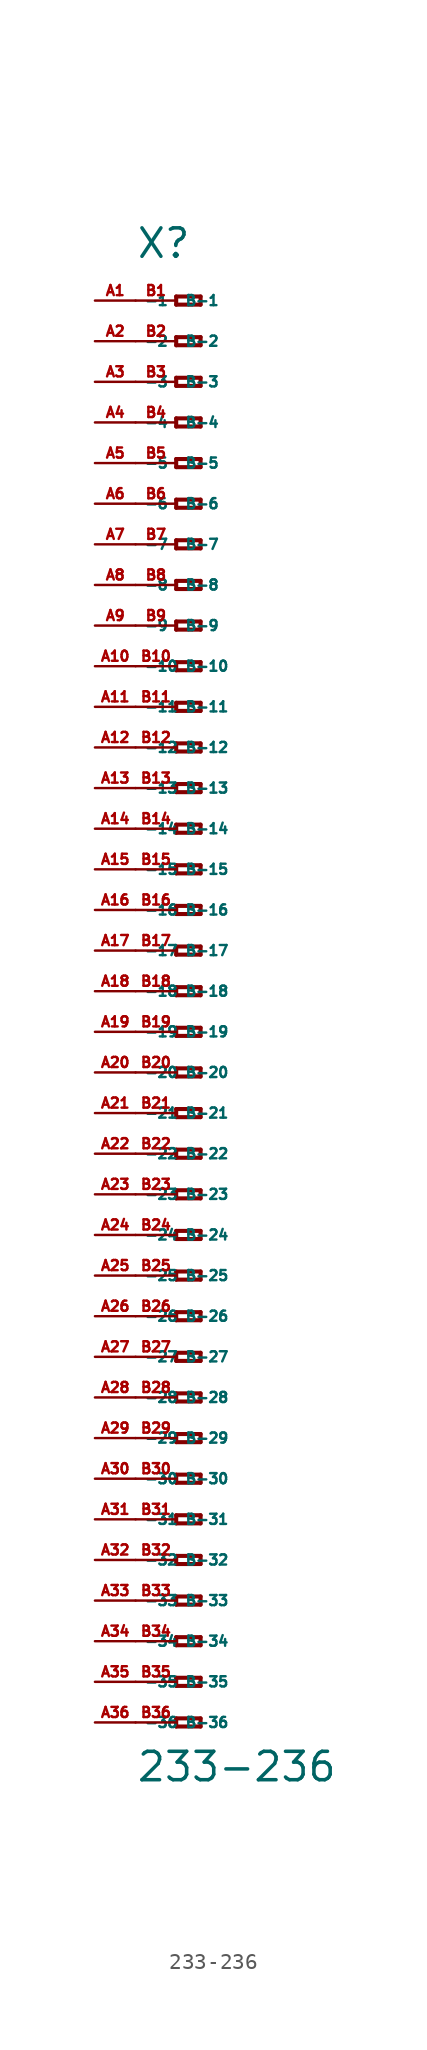
<source format=kicad_sym>
(kicad_symbol_lib
  (version 20220914)
  (generator Eagle2Kicad)
  (symbol "233-236"
    (property "Reference" "X"
      (at -5.08 45.72 0)
      (effects (font (size 1.778 1.778) (thickness 0.22)) (justify left bottom)))
    (property "Value" "233-236"
      (at -5.08 -49.53 0)
      (effects (font (size 1.778 1.778) (thickness 0.22)) (justify left bottom)))
    (polyline
      (pts (xy -2.54 43.434) (xy -2.54 42.926))
      (stroke (width 0.254) (type default))
      (fill (type none)))
    (polyline
      (pts (xy -2.54 42.926) (xy -1.016 42.926))
      (stroke (width 0.254) (type default))
      (fill (type none)))
    (polyline
      (pts (xy -1.016 42.926) (xy -1.016 43.434))
      (stroke (width 0.254) (type default))
      (fill (type none)))
    (polyline
      (pts (xy -1.016 43.434) (xy -2.54 43.434))
      (stroke (width 0.254) (type default))
      (fill (type none)))
    (polyline
      (pts (xy -2.54 40.894) (xy -2.54 40.386))
      (stroke (width 0.254) (type default))
      (fill (type none)))
    (polyline
      (pts (xy -2.54 40.386) (xy -1.016 40.386))
      (stroke (width 0.254) (type default))
      (fill (type none)))
    (polyline
      (pts (xy -1.016 40.386) (xy -1.016 40.894))
      (stroke (width 0.254) (type default))
      (fill (type none)))
    (polyline
      (pts (xy -1.016 40.894) (xy -2.54 40.894))
      (stroke (width 0.254) (type default))
      (fill (type none)))
    (polyline
      (pts (xy -2.54 38.354) (xy -2.54 37.846))
      (stroke (width 0.254) (type default))
      (fill (type none)))
    (polyline
      (pts (xy -2.54 37.846) (xy -1.016 37.846))
      (stroke (width 0.254) (type default))
      (fill (type none)))
    (polyline
      (pts (xy -1.016 37.846) (xy -1.016 38.354))
      (stroke (width 0.254) (type default))
      (fill (type none)))
    (polyline
      (pts (xy -1.016 38.354) (xy -2.54 38.354))
      (stroke (width 0.254) (type default))
      (fill (type none)))
    (polyline
      (pts (xy -2.54 35.814) (xy -2.54 35.306))
      (stroke (width 0.254) (type default))
      (fill (type none)))
    (polyline
      (pts (xy -2.54 35.306) (xy -1.016 35.306))
      (stroke (width 0.254) (type default))
      (fill (type none)))
    (polyline
      (pts (xy -1.016 35.306) (xy -1.016 35.814))
      (stroke (width 0.254) (type default))
      (fill (type none)))
    (polyline
      (pts (xy -1.016 35.814) (xy -2.54 35.814))
      (stroke (width 0.254) (type default))
      (fill (type none)))
    (polyline
      (pts (xy -2.54 33.274) (xy -2.54 32.766))
      (stroke (width 0.254) (type default))
      (fill (type none)))
    (polyline
      (pts (xy -2.54 32.766) (xy -1.016 32.766))
      (stroke (width 0.254) (type default))
      (fill (type none)))
    (polyline
      (pts (xy -1.016 32.766) (xy -1.016 33.274))
      (stroke (width 0.254) (type default))
      (fill (type none)))
    (polyline
      (pts (xy -1.016 33.274) (xy -2.54 33.274))
      (stroke (width 0.254) (type default))
      (fill (type none)))
    (polyline
      (pts (xy -2.54 30.734) (xy -2.54 30.226))
      (stroke (width 0.254) (type default))
      (fill (type none)))
    (polyline
      (pts (xy -2.54 30.226) (xy -1.016 30.226))
      (stroke (width 0.254) (type default))
      (fill (type none)))
    (polyline
      (pts (xy -1.016 30.226) (xy -1.016 30.734))
      (stroke (width 0.254) (type default))
      (fill (type none)))
    (polyline
      (pts (xy -1.016 30.734) (xy -2.54 30.734))
      (stroke (width 0.254) (type default))
      (fill (type none)))
    (polyline
      (pts (xy -2.54 28.194) (xy -2.54 27.686))
      (stroke (width 0.254) (type default))
      (fill (type none)))
    (polyline
      (pts (xy -2.54 27.686) (xy -1.016 27.686))
      (stroke (width 0.254) (type default))
      (fill (type none)))
    (polyline
      (pts (xy -1.016 27.686) (xy -1.016 28.194))
      (stroke (width 0.254) (type default))
      (fill (type none)))
    (polyline
      (pts (xy -1.016 28.194) (xy -2.54 28.194))
      (stroke (width 0.254) (type default))
      (fill (type none)))
    (polyline
      (pts (xy -2.54 25.654) (xy -2.54 25.146))
      (stroke (width 0.254) (type default))
      (fill (type none)))
    (polyline
      (pts (xy -2.54 25.146) (xy -1.016 25.146))
      (stroke (width 0.254) (type default))
      (fill (type none)))
    (polyline
      (pts (xy -1.016 25.146) (xy -1.016 25.654))
      (stroke (width 0.254) (type default))
      (fill (type none)))
    (polyline
      (pts (xy -1.016 25.654) (xy -2.54 25.654))
      (stroke (width 0.254) (type default))
      (fill (type none)))
    (polyline
      (pts (xy -2.54 23.114) (xy -2.54 22.606))
      (stroke (width 0.254) (type default))
      (fill (type none)))
    (polyline
      (pts (xy -2.54 22.606) (xy -1.016 22.606))
      (stroke (width 0.254) (type default))
      (fill (type none)))
    (polyline
      (pts (xy -1.016 22.606) (xy -1.016 23.114))
      (stroke (width 0.254) (type default))
      (fill (type none)))
    (polyline
      (pts (xy -1.016 23.114) (xy -2.54 23.114))
      (stroke (width 0.254) (type default))
      (fill (type none)))
    (polyline
      (pts (xy -2.54 20.574) (xy -2.54 20.066))
      (stroke (width 0.254) (type default))
      (fill (type none)))
    (polyline
      (pts (xy -2.54 20.066) (xy -1.016 20.066))
      (stroke (width 0.254) (type default))
      (fill (type none)))
    (polyline
      (pts (xy -1.016 20.066) (xy -1.016 20.574))
      (stroke (width 0.254) (type default))
      (fill (type none)))
    (polyline
      (pts (xy -1.016 20.574) (xy -2.54 20.574))
      (stroke (width 0.254) (type default))
      (fill (type none)))
    (polyline
      (pts (xy -2.54 18.034) (xy -2.54 17.526))
      (stroke (width 0.254) (type default))
      (fill (type none)))
    (polyline
      (pts (xy -2.54 17.526) (xy -1.016 17.526))
      (stroke (width 0.254) (type default))
      (fill (type none)))
    (polyline
      (pts (xy -1.016 17.526) (xy -1.016 18.034))
      (stroke (width 0.254) (type default))
      (fill (type none)))
    (polyline
      (pts (xy -1.016 18.034) (xy -2.54 18.034))
      (stroke (width 0.254) (type default))
      (fill (type none)))
    (polyline
      (pts (xy -2.54 15.494) (xy -2.54 14.986))
      (stroke (width 0.254) (type default))
      (fill (type none)))
    (polyline
      (pts (xy -2.54 14.986) (xy -1.016 14.986))
      (stroke (width 0.254) (type default))
      (fill (type none)))
    (polyline
      (pts (xy -1.016 14.986) (xy -1.016 15.494))
      (stroke (width 0.254) (type default))
      (fill (type none)))
    (polyline
      (pts (xy -1.016 15.494) (xy -2.54 15.494))
      (stroke (width 0.254) (type default))
      (fill (type none)))
    (polyline
      (pts (xy -2.54 12.954) (xy -2.54 12.446))
      (stroke (width 0.254) (type default))
      (fill (type none)))
    (polyline
      (pts (xy -2.54 12.446) (xy -1.016 12.446))
      (stroke (width 0.254) (type default))
      (fill (type none)))
    (polyline
      (pts (xy -1.016 12.446) (xy -1.016 12.954))
      (stroke (width 0.254) (type default))
      (fill (type none)))
    (polyline
      (pts (xy -1.016 12.954) (xy -2.54 12.954))
      (stroke (width 0.254) (type default))
      (fill (type none)))
    (polyline
      (pts (xy -2.54 10.414) (xy -2.54 9.906))
      (stroke (width 0.254) (type default))
      (fill (type none)))
    (polyline
      (pts (xy -2.54 9.906) (xy -1.016 9.906))
      (stroke (width 0.254) (type default))
      (fill (type none)))
    (polyline
      (pts (xy -1.016 9.906) (xy -1.016 10.414))
      (stroke (width 0.254) (type default))
      (fill (type none)))
    (polyline
      (pts (xy -1.016 10.414) (xy -2.54 10.414))
      (stroke (width 0.254) (type default))
      (fill (type none)))
    (polyline
      (pts (xy -2.54 7.874) (xy -2.54 7.366))
      (stroke (width 0.254) (type default))
      (fill (type none)))
    (polyline
      (pts (xy -2.54 7.366) (xy -1.016 7.366))
      (stroke (width 0.254) (type default))
      (fill (type none)))
    (polyline
      (pts (xy -1.016 7.366) (xy -1.016 7.874))
      (stroke (width 0.254) (type default))
      (fill (type none)))
    (polyline
      (pts (xy -1.016 7.874) (xy -2.54 7.874))
      (stroke (width 0.254) (type default))
      (fill (type none)))
    (polyline
      (pts (xy -2.54 5.334) (xy -2.54 4.826))
      (stroke (width 0.254) (type default))
      (fill (type none)))
    (polyline
      (pts (xy -2.54 4.826) (xy -1.016 4.826))
      (stroke (width 0.254) (type default))
      (fill (type none)))
    (polyline
      (pts (xy -1.016 4.826) (xy -1.016 5.334))
      (stroke (width 0.254) (type default))
      (fill (type none)))
    (polyline
      (pts (xy -1.016 5.334) (xy -2.54 5.334))
      (stroke (width 0.254) (type default))
      (fill (type none)))
    (polyline
      (pts (xy -2.54 2.794) (xy -2.54 2.286))
      (stroke (width 0.254) (type default))
      (fill (type none)))
    (polyline
      (pts (xy -2.54 2.286) (xy -1.016 2.286))
      (stroke (width 0.254) (type default))
      (fill (type none)))
    (polyline
      (pts (xy -1.016 2.286) (xy -1.016 2.794))
      (stroke (width 0.254) (type default))
      (fill (type none)))
    (polyline
      (pts (xy -1.016 2.794) (xy -2.54 2.794))
      (stroke (width 0.254) (type default))
      (fill (type none)))
    (polyline
      (pts (xy -2.54 0.254) (xy -2.54 -0.254))
      (stroke (width 0.254) (type default))
      (fill (type none)))
    (polyline
      (pts (xy -2.54 -0.254) (xy -1.016 -0.254))
      (stroke (width 0.254) (type default))
      (fill (type none)))
    (polyline
      (pts (xy -1.016 -0.254) (xy -1.016 0.254))
      (stroke (width 0.254) (type default))
      (fill (type none)))
    (polyline
      (pts (xy -1.016 0.254) (xy -2.54 0.254))
      (stroke (width 0.254) (type default))
      (fill (type none)))
    (polyline
      (pts (xy -2.54 -2.286) (xy -2.54 -2.794))
      (stroke (width 0.254) (type default))
      (fill (type none)))
    (polyline
      (pts (xy -2.54 -2.794) (xy -1.016 -2.794))
      (stroke (width 0.254) (type default))
      (fill (type none)))
    (polyline
      (pts (xy -1.016 -2.794) (xy -1.016 -2.286))
      (stroke (width 0.254) (type default))
      (fill (type none)))
    (polyline
      (pts (xy -1.016 -2.286) (xy -2.54 -2.286))
      (stroke (width 0.254) (type default))
      (fill (type none)))
    (polyline
      (pts (xy -2.54 -4.826) (xy -2.54 -5.334))
      (stroke (width 0.254) (type default))
      (fill (type none)))
    (polyline
      (pts (xy -2.54 -5.334) (xy -1.016 -5.334))
      (stroke (width 0.254) (type default))
      (fill (type none)))
    (polyline
      (pts (xy -1.016 -5.334) (xy -1.016 -4.826))
      (stroke (width 0.254) (type default))
      (fill (type none)))
    (polyline
      (pts (xy -1.016 -4.826) (xy -2.54 -4.826))
      (stroke (width 0.254) (type default))
      (fill (type none)))
    (polyline
      (pts (xy -2.54 -7.366) (xy -2.54 -7.874))
      (stroke (width 0.254) (type default))
      (fill (type none)))
    (polyline
      (pts (xy -2.54 -7.874) (xy -1.016 -7.874))
      (stroke (width 0.254) (type default))
      (fill (type none)))
    (polyline
      (pts (xy -1.016 -7.874) (xy -1.016 -7.366))
      (stroke (width 0.254) (type default))
      (fill (type none)))
    (polyline
      (pts (xy -1.016 -7.366) (xy -2.54 -7.366))
      (stroke (width 0.254) (type default))
      (fill (type none)))
    (polyline
      (pts (xy -2.54 -9.906) (xy -2.54 -10.414))
      (stroke (width 0.254) (type default))
      (fill (type none)))
    (polyline
      (pts (xy -2.54 -10.414) (xy -1.016 -10.414))
      (stroke (width 0.254) (type default))
      (fill (type none)))
    (polyline
      (pts (xy -1.016 -10.414) (xy -1.016 -9.906))
      (stroke (width 0.254) (type default))
      (fill (type none)))
    (polyline
      (pts (xy -1.016 -9.906) (xy -2.54 -9.906))
      (stroke (width 0.254) (type default))
      (fill (type none)))
    (polyline
      (pts (xy -2.54 -12.446) (xy -2.54 -12.954))
      (stroke (width 0.254) (type default))
      (fill (type none)))
    (polyline
      (pts (xy -2.54 -12.954) (xy -1.016 -12.954))
      (stroke (width 0.254) (type default))
      (fill (type none)))
    (polyline
      (pts (xy -1.016 -12.954) (xy -1.016 -12.446))
      (stroke (width 0.254) (type default))
      (fill (type none)))
    (polyline
      (pts (xy -1.016 -12.446) (xy -2.54 -12.446))
      (stroke (width 0.254) (type default))
      (fill (type none)))
    (polyline
      (pts (xy -2.54 -14.986) (xy -2.54 -15.494))
      (stroke (width 0.254) (type default))
      (fill (type none)))
    (polyline
      (pts (xy -2.54 -15.494) (xy -1.016 -15.494))
      (stroke (width 0.254) (type default))
      (fill (type none)))
    (polyline
      (pts (xy -1.016 -15.494) (xy -1.016 -14.986))
      (stroke (width 0.254) (type default))
      (fill (type none)))
    (polyline
      (pts (xy -1.016 -14.986) (xy -2.54 -14.986))
      (stroke (width 0.254) (type default))
      (fill (type none)))
    (polyline
      (pts (xy -2.54 -17.526) (xy -2.54 -18.034))
      (stroke (width 0.254) (type default))
      (fill (type none)))
    (polyline
      (pts (xy -2.54 -18.034) (xy -1.016 -18.034))
      (stroke (width 0.254) (type default))
      (fill (type none)))
    (polyline
      (pts (xy -1.016 -18.034) (xy -1.016 -17.526))
      (stroke (width 0.254) (type default))
      (fill (type none)))
    (polyline
      (pts (xy -1.016 -17.526) (xy -2.54 -17.526))
      (stroke (width 0.254) (type default))
      (fill (type none)))
    (polyline
      (pts (xy -2.54 -20.066) (xy -2.54 -20.574))
      (stroke (width 0.254) (type default))
      (fill (type none)))
    (polyline
      (pts (xy -2.54 -20.574) (xy -1.016 -20.574))
      (stroke (width 0.254) (type default))
      (fill (type none)))
    (polyline
      (pts (xy -1.016 -20.574) (xy -1.016 -20.066))
      (stroke (width 0.254) (type default))
      (fill (type none)))
    (polyline
      (pts (xy -1.016 -20.066) (xy -2.54 -20.066))
      (stroke (width 0.254) (type default))
      (fill (type none)))
    (polyline
      (pts (xy -2.54 -22.606) (xy -2.54 -23.114))
      (stroke (width 0.254) (type default))
      (fill (type none)))
    (polyline
      (pts (xy -2.54 -23.114) (xy -1.016 -23.114))
      (stroke (width 0.254) (type default))
      (fill (type none)))
    (polyline
      (pts (xy -1.016 -23.114) (xy -1.016 -22.606))
      (stroke (width 0.254) (type default))
      (fill (type none)))
    (polyline
      (pts (xy -1.016 -22.606) (xy -2.54 -22.606))
      (stroke (width 0.254) (type default))
      (fill (type none)))
    (polyline
      (pts (xy -2.54 -25.146) (xy -2.54 -25.654))
      (stroke (width 0.254) (type default))
      (fill (type none)))
    (polyline
      (pts (xy -2.54 -25.654) (xy -1.016 -25.654))
      (stroke (width 0.254) (type default))
      (fill (type none)))
    (polyline
      (pts (xy -1.016 -25.654) (xy -1.016 -25.146))
      (stroke (width 0.254) (type default))
      (fill (type none)))
    (polyline
      (pts (xy -1.016 -25.146) (xy -2.54 -25.146))
      (stroke (width 0.254) (type default))
      (fill (type none)))
    (polyline
      (pts (xy -2.54 -27.686) (xy -2.54 -28.194))
      (stroke (width 0.254) (type default))
      (fill (type none)))
    (polyline
      (pts (xy -2.54 -28.194) (xy -1.016 -28.194))
      (stroke (width 0.254) (type default))
      (fill (type none)))
    (polyline
      (pts (xy -1.016 -28.194) (xy -1.016 -27.686))
      (stroke (width 0.254) (type default))
      (fill (type none)))
    (polyline
      (pts (xy -1.016 -27.686) (xy -2.54 -27.686))
      (stroke (width 0.254) (type default))
      (fill (type none)))
    (polyline
      (pts (xy -2.54 -30.226) (xy -2.54 -30.734))
      (stroke (width 0.254) (type default))
      (fill (type none)))
    (polyline
      (pts (xy -2.54 -30.734) (xy -1.016 -30.734))
      (stroke (width 0.254) (type default))
      (fill (type none)))
    (polyline
      (pts (xy -1.016 -30.734) (xy -1.016 -30.226))
      (stroke (width 0.254) (type default))
      (fill (type none)))
    (polyline
      (pts (xy -1.016 -30.226) (xy -2.54 -30.226))
      (stroke (width 0.254) (type default))
      (fill (type none)))
    (polyline
      (pts (xy -2.54 -32.766) (xy -2.54 -33.274))
      (stroke (width 0.254) (type default))
      (fill (type none)))
    (polyline
      (pts (xy -2.54 -33.274) (xy -1.016 -33.274))
      (stroke (width 0.254) (type default))
      (fill (type none)))
    (polyline
      (pts (xy -1.016 -33.274) (xy -1.016 -32.766))
      (stroke (width 0.254) (type default))
      (fill (type none)))
    (polyline
      (pts (xy -1.016 -32.766) (xy -2.54 -32.766))
      (stroke (width 0.254) (type default))
      (fill (type none)))
    (polyline
      (pts (xy -2.54 -35.306) (xy -2.54 -35.814))
      (stroke (width 0.254) (type default))
      (fill (type none)))
    (polyline
      (pts (xy -2.54 -35.814) (xy -1.016 -35.814))
      (stroke (width 0.254) (type default))
      (fill (type none)))
    (polyline
      (pts (xy -1.016 -35.814) (xy -1.016 -35.306))
      (stroke (width 0.254) (type default))
      (fill (type none)))
    (polyline
      (pts (xy -1.016 -35.306) (xy -2.54 -35.306))
      (stroke (width 0.254) (type default))
      (fill (type none)))
    (polyline
      (pts (xy -2.54 -37.846) (xy -2.54 -38.354))
      (stroke (width 0.254) (type default))
      (fill (type none)))
    (polyline
      (pts (xy -2.54 -38.354) (xy -1.016 -38.354))
      (stroke (width 0.254) (type default))
      (fill (type none)))
    (polyline
      (pts (xy -1.016 -38.354) (xy -1.016 -37.846))
      (stroke (width 0.254) (type default))
      (fill (type none)))
    (polyline
      (pts (xy -1.016 -37.846) (xy -2.54 -37.846))
      (stroke (width 0.254) (type default))
      (fill (type none)))
    (polyline
      (pts (xy -2.54 -40.386) (xy -2.54 -40.894))
      (stroke (width 0.254) (type default))
      (fill (type none)))
    (polyline
      (pts (xy -2.54 -40.894) (xy -1.016 -40.894))
      (stroke (width 0.254) (type default))
      (fill (type none)))
    (polyline
      (pts (xy -1.016 -40.894) (xy -1.016 -40.386))
      (stroke (width 0.254) (type default))
      (fill (type none)))
    (polyline
      (pts (xy -1.016 -40.386) (xy -2.54 -40.386))
      (stroke (width 0.254) (type default))
      (fill (type none)))
    (polyline
      (pts (xy -2.54 -42.926) (xy -2.54 -43.434))
      (stroke (width 0.254) (type default))
      (fill (type none)))
    (polyline
      (pts (xy -2.54 -43.434) (xy -1.016 -43.434))
      (stroke (width 0.254) (type default))
      (fill (type none)))
    (polyline
      (pts (xy -1.016 -43.434) (xy -1.016 -42.926))
      (stroke (width 0.254) (type default))
      (fill (type none)))
    (polyline
      (pts (xy -1.016 -42.926) (xy -2.54 -42.926))
      (stroke (width 0.254) (type default))
      (fill (type none)))
    (polyline
      (pts (xy -2.54 -45.466) (xy -2.54 -45.974))
      (stroke (width 0.254) (type default))
      (fill (type none)))
    (polyline
      (pts (xy -2.54 -45.974) (xy -1.016 -45.974))
      (stroke (width 0.254) (type default))
      (fill (type none)))
    (polyline
      (pts (xy -1.016 -45.974) (xy -1.016 -45.466))
      (stroke (width 0.254) (type default))
      (fill (type none)))
    (polyline
      (pts (xy -1.016 -45.466) (xy -2.54 -45.466))
      (stroke (width 0.254) (type default))
      (fill (type none)))
    (pin passive line
      (at -7.62 43.18 0)
      (length 2.54)
      (name "-1" (effects (font (size 0.635 0.635) (thickness 0.08)) (justify left bottom)))
      (number "A1" (effects (font (size 0.635 0.635) (thickness 0.08)) (justify left bottom))))
    (pin passive line
      (at -7.62 40.64 0)
      (length 2.54)
      (name "-2" (effects (font (size 0.635 0.635) (thickness 0.08)) (justify left bottom)))
      (number "A2" (effects (font (size 0.635 0.635) (thickness 0.08)) (justify left bottom))))
    (pin passive line
      (at -7.62 38.1 0)
      (length 2.54)
      (name "-3" (effects (font (size 0.635 0.635) (thickness 0.08)) (justify left bottom)))
      (number "A3" (effects (font (size 0.635 0.635) (thickness 0.08)) (justify left bottom))))
    (pin passive line
      (at -7.62 35.56 0)
      (length 2.54)
      (name "-4" (effects (font (size 0.635 0.635) (thickness 0.08)) (justify left bottom)))
      (number "A4" (effects (font (size 0.635 0.635) (thickness 0.08)) (justify left bottom))))
    (pin passive line
      (at -7.62 33.02 0)
      (length 2.54)
      (name "-5" (effects (font (size 0.635 0.635) (thickness 0.08)) (justify left bottom)))
      (number "A5" (effects (font (size 0.635 0.635) (thickness 0.08)) (justify left bottom))))
    (pin passive line
      (at -7.62 30.48 0)
      (length 2.54)
      (name "-6" (effects (font (size 0.635 0.635) (thickness 0.08)) (justify left bottom)))
      (number "A6" (effects (font (size 0.635 0.635) (thickness 0.08)) (justify left bottom))))
    (pin passive line
      (at -7.62 27.94 0)
      (length 2.54)
      (name "-7" (effects (font (size 0.635 0.635) (thickness 0.08)) (justify left bottom)))
      (number "A7" (effects (font (size 0.635 0.635) (thickness 0.08)) (justify left bottom))))
    (pin passive line
      (at -7.62 25.4 0)
      (length 2.54)
      (name "-8" (effects (font (size 0.635 0.635) (thickness 0.08)) (justify left bottom)))
      (number "A8" (effects (font (size 0.635 0.635) (thickness 0.08)) (justify left bottom))))
    (pin passive line
      (at -7.62 22.86 0)
      (length 2.54)
      (name "-9" (effects (font (size 0.635 0.635) (thickness 0.08)) (justify left bottom)))
      (number "A9" (effects (font (size 0.635 0.635) (thickness 0.08)) (justify left bottom))))
    (pin passive line
      (at -7.62 20.32 0)
      (length 2.54)
      (name "-10" (effects (font (size 0.635 0.635) (thickness 0.08)) (justify left bottom)))
      (number "A10" (effects (font (size 0.635 0.635) (thickness 0.08)) (justify left bottom))))
    (pin passive line
      (at -7.62 17.78 0)
      (length 2.54)
      (name "-11" (effects (font (size 0.635 0.635) (thickness 0.08)) (justify left bottom)))
      (number "A11" (effects (font (size 0.635 0.635) (thickness 0.08)) (justify left bottom))))
    (pin passive line
      (at -7.62 15.24 0)
      (length 2.54)
      (name "-12" (effects (font (size 0.635 0.635) (thickness 0.08)) (justify left bottom)))
      (number "A12" (effects (font (size 0.635 0.635) (thickness 0.08)) (justify left bottom))))
    (pin passive line
      (at -7.62 12.7 0)
      (length 2.54)
      (name "-13" (effects (font (size 0.635 0.635) (thickness 0.08)) (justify left bottom)))
      (number "A13" (effects (font (size 0.635 0.635) (thickness 0.08)) (justify left bottom))))
    (pin passive line
      (at -7.62 10.16 0)
      (length 2.54)
      (name "-14" (effects (font (size 0.635 0.635) (thickness 0.08)) (justify left bottom)))
      (number "A14" (effects (font (size 0.635 0.635) (thickness 0.08)) (justify left bottom))))
    (pin passive line
      (at -7.62 7.62 0)
      (length 2.54)
      (name "-15" (effects (font (size 0.635 0.635) (thickness 0.08)) (justify left bottom)))
      (number "A15" (effects (font (size 0.635 0.635) (thickness 0.08)) (justify left bottom))))
    (pin passive line
      (at -7.62 5.08 0)
      (length 2.54)
      (name "-16" (effects (font (size 0.635 0.635) (thickness 0.08)) (justify left bottom)))
      (number "A16" (effects (font (size 0.635 0.635) (thickness 0.08)) (justify left bottom))))
    (pin passive line
      (at -7.62 2.54 0)
      (length 2.54)
      (name "-17" (effects (font (size 0.635 0.635) (thickness 0.08)) (justify left bottom)))
      (number "A17" (effects (font (size 0.635 0.635) (thickness 0.08)) (justify left bottom))))
    (pin passive line
      (at -7.62 0 0)
      (length 2.54)
      (name "-18" (effects (font (size 0.635 0.635) (thickness 0.08)) (justify left bottom)))
      (number "A18" (effects (font (size 0.635 0.635) (thickness 0.08)) (justify left bottom))))
    (pin passive line
      (at -7.62 -2.54 0)
      (length 2.54)
      (name "-19" (effects (font (size 0.635 0.635) (thickness 0.08)) (justify left bottom)))
      (number "A19" (effects (font (size 0.635 0.635) (thickness 0.08)) (justify left bottom))))
    (pin passive line
      (at -7.62 -5.08 0)
      (length 2.54)
      (name "-20" (effects (font (size 0.635 0.635) (thickness 0.08)) (justify left bottom)))
      (number "A20" (effects (font (size 0.635 0.635) (thickness 0.08)) (justify left bottom))))
    (pin passive line
      (at -7.62 -7.62 0)
      (length 2.54)
      (name "-21" (effects (font (size 0.635 0.635) (thickness 0.08)) (justify left bottom)))
      (number "A21" (effects (font (size 0.635 0.635) (thickness 0.08)) (justify left bottom))))
    (pin passive line
      (at -7.62 -10.16 0)
      (length 2.54)
      (name "-22" (effects (font (size 0.635 0.635) (thickness 0.08)) (justify left bottom)))
      (number "A22" (effects (font (size 0.635 0.635) (thickness 0.08)) (justify left bottom))))
    (pin passive line
      (at -7.62 -12.7 0)
      (length 2.54)
      (name "-23" (effects (font (size 0.635 0.635) (thickness 0.08)) (justify left bottom)))
      (number "A23" (effects (font (size 0.635 0.635) (thickness 0.08)) (justify left bottom))))
    (pin passive line
      (at -7.62 -15.24 0)
      (length 2.54)
      (name "-24" (effects (font (size 0.635 0.635) (thickness 0.08)) (justify left bottom)))
      (number "A24" (effects (font (size 0.635 0.635) (thickness 0.08)) (justify left bottom))))
    (pin passive line
      (at -7.62 -17.78 0)
      (length 2.54)
      (name "-25" (effects (font (size 0.635 0.635) (thickness 0.08)) (justify left bottom)))
      (number "A25" (effects (font (size 0.635 0.635) (thickness 0.08)) (justify left bottom))))
    (pin passive line
      (at -7.62 -20.32 0)
      (length 2.54)
      (name "-26" (effects (font (size 0.635 0.635) (thickness 0.08)) (justify left bottom)))
      (number "A26" (effects (font (size 0.635 0.635) (thickness 0.08)) (justify left bottom))))
    (pin passive line
      (at -7.62 -22.86 0)
      (length 2.54)
      (name "-27" (effects (font (size 0.635 0.635) (thickness 0.08)) (justify left bottom)))
      (number "A27" (effects (font (size 0.635 0.635) (thickness 0.08)) (justify left bottom))))
    (pin passive line
      (at -7.62 -25.4 0)
      (length 2.54)
      (name "-28" (effects (font (size 0.635 0.635) (thickness 0.08)) (justify left bottom)))
      (number "A28" (effects (font (size 0.635 0.635) (thickness 0.08)) (justify left bottom))))
    (pin passive line
      (at -7.62 -27.94 0)
      (length 2.54)
      (name "-29" (effects (font (size 0.635 0.635) (thickness 0.08)) (justify left bottom)))
      (number "A29" (effects (font (size 0.635 0.635) (thickness 0.08)) (justify left bottom))))
    (pin passive line
      (at -7.62 -30.48 0)
      (length 2.54)
      (name "-30" (effects (font (size 0.635 0.635) (thickness 0.08)) (justify left bottom)))
      (number "A30" (effects (font (size 0.635 0.635) (thickness 0.08)) (justify left bottom))))
    (pin passive line
      (at -7.62 -33.02 0)
      (length 2.54)
      (name "-31" (effects (font (size 0.635 0.635) (thickness 0.08)) (justify left bottom)))
      (number "A31" (effects (font (size 0.635 0.635) (thickness 0.08)) (justify left bottom))))
    (pin passive line
      (at -7.62 -35.56 0)
      (length 2.54)
      (name "-32" (effects (font (size 0.635 0.635) (thickness 0.08)) (justify left bottom)))
      (number "A32" (effects (font (size 0.635 0.635) (thickness 0.08)) (justify left bottom))))
    (pin passive line
      (at -7.62 -38.1 0)
      (length 2.54)
      (name "-33" (effects (font (size 0.635 0.635) (thickness 0.08)) (justify left bottom)))
      (number "A33" (effects (font (size 0.635 0.635) (thickness 0.08)) (justify left bottom))))
    (pin passive line
      (at -7.62 -40.64 0)
      (length 2.54)
      (name "-34" (effects (font (size 0.635 0.635) (thickness 0.08)) (justify left bottom)))
      (number "A34" (effects (font (size 0.635 0.635) (thickness 0.08)) (justify left bottom))))
    (pin passive line
      (at -7.62 -43.18 0)
      (length 2.54)
      (name "-35" (effects (font (size 0.635 0.635) (thickness 0.08)) (justify left bottom)))
      (number "A35" (effects (font (size 0.635 0.635) (thickness 0.08)) (justify left bottom))))
    (pin passive line
      (at -7.62 -45.72 0)
      (length 2.54)
      (name "-36" (effects (font (size 0.635 0.635) (thickness 0.08)) (justify left bottom)))
      (number "A36" (effects (font (size 0.635 0.635) (thickness 0.08)) (justify left bottom))))
    (pin passive line
      (at -5.08 -45.72 0)
      (length 2.54)
      (name "B-36" (effects (font (size 0.635 0.635) (thickness 0.08)) (justify left bottom)))
      (number "B36" (effects (font (size 0.635 0.635) (thickness 0.08)) (justify left bottom))))
    (pin passive line
      (at -5.08 43.18 0)
      (length 2.54)
      (name "B-1" (effects (font (size 0.635 0.635) (thickness 0.08)) (justify left bottom)))
      (number "B1" (effects (font (size 0.635 0.635) (thickness 0.08)) (justify left bottom))))
    (pin passive line
      (at -5.08 40.64 0)
      (length 2.54)
      (name "B-2" (effects (font (size 0.635 0.635) (thickness 0.08)) (justify left bottom)))
      (number "B2" (effects (font (size 0.635 0.635) (thickness 0.08)) (justify left bottom))))
    (pin passive line
      (at -5.08 38.1 0)
      (length 2.54)
      (name "B-3" (effects (font (size 0.635 0.635) (thickness 0.08)) (justify left bottom)))
      (number "B3" (effects (font (size 0.635 0.635) (thickness 0.08)) (justify left bottom))))
    (pin passive line
      (at -5.08 35.56 0)
      (length 2.54)
      (name "B-4" (effects (font (size 0.635 0.635) (thickness 0.08)) (justify left bottom)))
      (number "B4" (effects (font (size 0.635 0.635) (thickness 0.08)) (justify left bottom))))
    (pin passive line
      (at -5.08 33.02 0)
      (length 2.54)
      (name "B-5" (effects (font (size 0.635 0.635) (thickness 0.08)) (justify left bottom)))
      (number "B5" (effects (font (size 0.635 0.635) (thickness 0.08)) (justify left bottom))))
    (pin passive line
      (at -5.08 30.48 0)
      (length 2.54)
      (name "B-6" (effects (font (size 0.635 0.635) (thickness 0.08)) (justify left bottom)))
      (number "B6" (effects (font (size 0.635 0.635) (thickness 0.08)) (justify left bottom))))
    (pin passive line
      (at -5.08 27.94 0)
      (length 2.54)
      (name "B-7" (effects (font (size 0.635 0.635) (thickness 0.08)) (justify left bottom)))
      (number "B7" (effects (font (size 0.635 0.635) (thickness 0.08)) (justify left bottom))))
    (pin passive line
      (at -5.08 25.4 0)
      (length 2.54)
      (name "B-8" (effects (font (size 0.635 0.635) (thickness 0.08)) (justify left bottom)))
      (number "B8" (effects (font (size 0.635 0.635) (thickness 0.08)) (justify left bottom))))
    (pin passive line
      (at -5.08 22.86 0)
      (length 2.54)
      (name "B-9" (effects (font (size 0.635 0.635) (thickness 0.08)) (justify left bottom)))
      (number "B9" (effects (font (size 0.635 0.635) (thickness 0.08)) (justify left bottom))))
    (pin passive line
      (at -5.08 20.32 0)
      (length 2.54)
      (name "B-10" (effects (font (size 0.635 0.635) (thickness 0.08)) (justify left bottom)))
      (number "B10" (effects (font (size 0.635 0.635) (thickness 0.08)) (justify left bottom))))
    (pin passive line
      (at -5.08 17.78 0)
      (length 2.54)
      (name "B-11" (effects (font (size 0.635 0.635) (thickness 0.08)) (justify left bottom)))
      (number "B11" (effects (font (size 0.635 0.635) (thickness 0.08)) (justify left bottom))))
    (pin passive line
      (at -5.08 15.24 0)
      (length 2.54)
      (name "B-12" (effects (font (size 0.635 0.635) (thickness 0.08)) (justify left bottom)))
      (number "B12" (effects (font (size 0.635 0.635) (thickness 0.08)) (justify left bottom))))
    (pin passive line
      (at -5.08 12.7 0)
      (length 2.54)
      (name "B-13" (effects (font (size 0.635 0.635) (thickness 0.08)) (justify left bottom)))
      (number "B13" (effects (font (size 0.635 0.635) (thickness 0.08)) (justify left bottom))))
    (pin passive line
      (at -5.08 10.16 0)
      (length 2.54)
      (name "B-14" (effects (font (size 0.635 0.635) (thickness 0.08)) (justify left bottom)))
      (number "B14" (effects (font (size 0.635 0.635) (thickness 0.08)) (justify left bottom))))
    (pin passive line
      (at -5.08 7.62 0)
      (length 2.54)
      (name "B-15" (effects (font (size 0.635 0.635) (thickness 0.08)) (justify left bottom)))
      (number "B15" (effects (font (size 0.635 0.635) (thickness 0.08)) (justify left bottom))))
    (pin passive line
      (at -5.08 5.08 0)
      (length 2.54)
      (name "B-16" (effects (font (size 0.635 0.635) (thickness 0.08)) (justify left bottom)))
      (number "B16" (effects (font (size 0.635 0.635) (thickness 0.08)) (justify left bottom))))
    (pin passive line
      (at -5.08 2.54 0)
      (length 2.54)
      (name "B-17" (effects (font (size 0.635 0.635) (thickness 0.08)) (justify left bottom)))
      (number "B17" (effects (font (size 0.635 0.635) (thickness 0.08)) (justify left bottom))))
    (pin passive line
      (at -5.08 0 0)
      (length 2.54)
      (name "B-18" (effects (font (size 0.635 0.635) (thickness 0.08)) (justify left bottom)))
      (number "B18" (effects (font (size 0.635 0.635) (thickness 0.08)) (justify left bottom))))
    (pin passive line
      (at -5.08 -2.54 0)
      (length 2.54)
      (name "B-19" (effects (font (size 0.635 0.635) (thickness 0.08)) (justify left bottom)))
      (number "B19" (effects (font (size 0.635 0.635) (thickness 0.08)) (justify left bottom))))
    (pin passive line
      (at -5.08 -5.08 0)
      (length 2.54)
      (name "B-20" (effects (font (size 0.635 0.635) (thickness 0.08)) (justify left bottom)))
      (number "B20" (effects (font (size 0.635 0.635) (thickness 0.08)) (justify left bottom))))
    (pin passive line
      (at -5.08 -7.62 0)
      (length 2.54)
      (name "B-21" (effects (font (size 0.635 0.635) (thickness 0.08)) (justify left bottom)))
      (number "B21" (effects (font (size 0.635 0.635) (thickness 0.08)) (justify left bottom))))
    (pin passive line
      (at -5.08 -10.16 0)
      (length 2.54)
      (name "B-22" (effects (font (size 0.635 0.635) (thickness 0.08)) (justify left bottom)))
      (number "B22" (effects (font (size 0.635 0.635) (thickness 0.08)) (justify left bottom))))
    (pin passive line
      (at -5.08 -12.7 0)
      (length 2.54)
      (name "B-23" (effects (font (size 0.635 0.635) (thickness 0.08)) (justify left bottom)))
      (number "B23" (effects (font (size 0.635 0.635) (thickness 0.08)) (justify left bottom))))
    (pin passive line
      (at -5.08 -15.24 0)
      (length 2.54)
      (name "B-24" (effects (font (size 0.635 0.635) (thickness 0.08)) (justify left bottom)))
      (number "B24" (effects (font (size 0.635 0.635) (thickness 0.08)) (justify left bottom))))
    (pin passive line
      (at -5.08 -17.78 0)
      (length 2.54)
      (name "B-25" (effects (font (size 0.635 0.635) (thickness 0.08)) (justify left bottom)))
      (number "B25" (effects (font (size 0.635 0.635) (thickness 0.08)) (justify left bottom))))
    (pin passive line
      (at -5.08 -20.32 0)
      (length 2.54)
      (name "B-26" (effects (font (size 0.635 0.635) (thickness 0.08)) (justify left bottom)))
      (number "B26" (effects (font (size 0.635 0.635) (thickness 0.08)) (justify left bottom))))
    (pin passive line
      (at -5.08 -22.86 0)
      (length 2.54)
      (name "B-27" (effects (font (size 0.635 0.635) (thickness 0.08)) (justify left bottom)))
      (number "B27" (effects (font (size 0.635 0.635) (thickness 0.08)) (justify left bottom))))
    (pin passive line
      (at -5.08 -25.4 0)
      (length 2.54)
      (name "B-28" (effects (font (size 0.635 0.635) (thickness 0.08)) (justify left bottom)))
      (number "B28" (effects (font (size 0.635 0.635) (thickness 0.08)) (justify left bottom))))
    (pin passive line
      (at -5.08 -27.94 0)
      (length 2.54)
      (name "B-29" (effects (font (size 0.635 0.635) (thickness 0.08)) (justify left bottom)))
      (number "B29" (effects (font (size 0.635 0.635) (thickness 0.08)) (justify left bottom))))
    (pin passive line
      (at -5.08 -30.48 0)
      (length 2.54)
      (name "B-30" (effects (font (size 0.635 0.635) (thickness 0.08)) (justify left bottom)))
      (number "B30" (effects (font (size 0.635 0.635) (thickness 0.08)) (justify left bottom))))
    (pin passive line
      (at -5.08 -33.02 0)
      (length 2.54)
      (name "B-31" (effects (font (size 0.635 0.635) (thickness 0.08)) (justify left bottom)))
      (number "B31" (effects (font (size 0.635 0.635) (thickness 0.08)) (justify left bottom))))
    (pin passive line
      (at -5.08 -35.56 0)
      (length 2.54)
      (name "B-32" (effects (font (size 0.635 0.635) (thickness 0.08)) (justify left bottom)))
      (number "B32" (effects (font (size 0.635 0.635) (thickness 0.08)) (justify left bottom))))
    (pin passive line
      (at -5.08 -38.1 0)
      (length 2.54)
      (name "B-33" (effects (font (size 0.635 0.635) (thickness 0.08)) (justify left bottom)))
      (number "B33" (effects (font (size 0.635 0.635) (thickness 0.08)) (justify left bottom))))
    (pin passive line
      (at -5.08 -40.64 0)
      (length 2.54)
      (name "B-34" (effects (font (size 0.635 0.635) (thickness 0.08)) (justify left bottom)))
      (number "B34" (effects (font (size 0.635 0.635) (thickness 0.08)) (justify left bottom))))
    (pin passive line
      (at -5.08 -43.18 0)
      (length 2.54)
      (name "B-35" (effects (font (size 0.635 0.635) (thickness 0.08)) (justify left bottom)))
      (number "B35" (effects (font (size 0.635 0.635) (thickness 0.08)) (justify left bottom))))))
</source>
